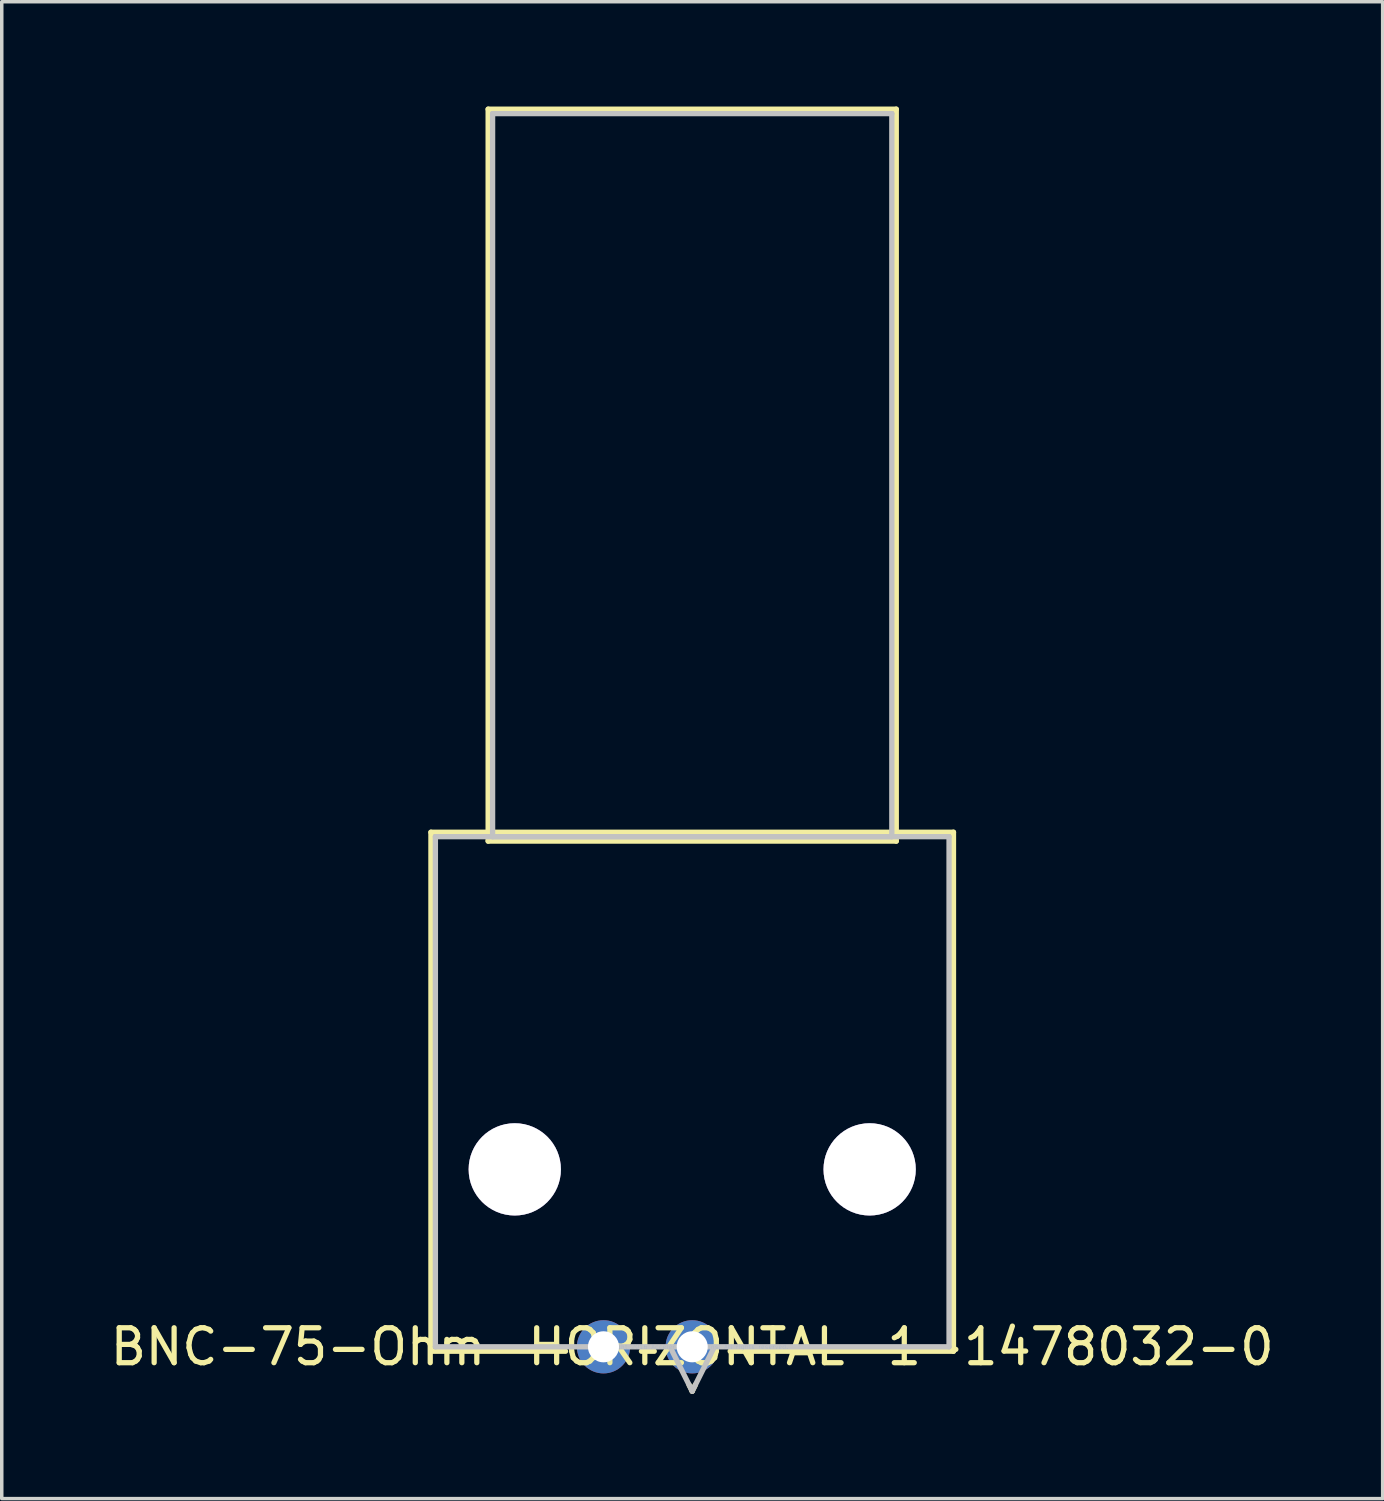
<source format=kicad_pcb>
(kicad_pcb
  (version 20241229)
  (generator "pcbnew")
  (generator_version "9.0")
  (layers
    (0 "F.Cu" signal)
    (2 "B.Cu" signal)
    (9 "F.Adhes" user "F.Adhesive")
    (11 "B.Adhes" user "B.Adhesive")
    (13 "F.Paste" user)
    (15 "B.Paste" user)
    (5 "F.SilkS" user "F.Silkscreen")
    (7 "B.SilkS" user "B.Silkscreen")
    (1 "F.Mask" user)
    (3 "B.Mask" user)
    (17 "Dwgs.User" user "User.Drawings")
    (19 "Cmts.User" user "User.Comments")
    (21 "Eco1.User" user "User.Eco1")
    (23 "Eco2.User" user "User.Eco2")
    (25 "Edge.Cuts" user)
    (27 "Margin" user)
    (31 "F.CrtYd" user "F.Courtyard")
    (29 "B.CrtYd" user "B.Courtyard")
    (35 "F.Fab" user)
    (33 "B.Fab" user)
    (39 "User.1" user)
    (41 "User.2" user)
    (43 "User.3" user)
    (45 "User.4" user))
  (footprint "BNC-75-Ohm-HORIZONTAL-1-1478032-0"
    (layer "F.Cu")
    (at 16.768 35.509)
    (property "Reference" "BNC-75-Ohm-HORIZONTAL-1-1478032-0" (at 0 0 0) (layer "F.SilkS") (effects (font (size 1 1) (thickness 0.15))))
    (attr through_hole)
    (fp_line (start -7.48 -14.732) (end -7.48 0.127) (stroke (width 0.152) (type solid)) (layer "F.SilkS"))
    (fp_line (start -7.48 0.127) (end -3.627 0.127) (stroke (width 0.152) (type solid)) (layer "F.SilkS"))
    (fp_line (start -5.842 -35.433) (end -5.842 -14.478) (stroke (width 0.152) (type solid)) (layer "F.SilkS"))
    (fp_line (start -5.842 -14.478) (end 5.842 -14.478) (stroke (width 0.152) (type solid)) (layer "F.SilkS"))
    (fp_line (start -1.453 0.127) (end -1.087 0.127) (stroke (width 0.152) (type solid)) (layer "F.SilkS"))
    (fp_line (start -0.089 1.091) (end 0 1.27) (stroke (width 0.152) (type solid)) (layer "F.SilkS"))
    (fp_line (start 0.089 1.091) (end 0 1.27) (stroke (width 0.152) (type solid)) (layer "F.SilkS"))
    (fp_line (start 1.087 0.127) (end 7.48 0.127) (stroke (width 0.152) (type solid)) (layer "F.SilkS"))
    (fp_line (start 5.842 -35.433) (end -5.842 -35.433) (stroke (width 0.152) (type solid)) (layer "F.SilkS"))
    (fp_line (start 5.842 -14.478) (end 5.842 -35.433) (stroke (width 0.152) (type solid)) (layer "F.SilkS"))
    (fp_line (start 7.48 -14.732) (end -7.48 -14.732) (stroke (width 0.152) (type solid)) (layer "F.SilkS"))
    (fp_line (start 7.48 0.127) (end 7.48 -14.732) (stroke (width 0.152) (type solid)) (layer "F.SilkS"))
    (fp_line (start -7.353 -14.605) (end -7.353 0) (stroke (width 0.152) (type solid)) (layer "Dwgs.User"))
    (fp_line (start -7.353 0) (end 7.353 0) (stroke (width 0.152) (type solid)) (layer "Dwgs.User"))
    (fp_line (start -5.715 -35.306) (end -5.715 -14.605) (stroke (width 0.152) (type solid)) (layer "Dwgs.User"))
    (fp_line (start -5.715 -14.605) (end 5.715 -14.605) (stroke (width 0.152) (type solid)) (layer "Dwgs.User"))
    (fp_line (start -0.635 0) (end 0 1.27) (stroke (width 0.152) (type solid)) (layer "Dwgs.User"))
    (fp_line (start 0.635 0) (end 0 1.27) (stroke (width 0.152) (type solid)) (layer "Dwgs.User"))
    (fp_line (start 5.715 -35.306) (end -5.715 -35.306) (stroke (width 0.152) (type solid)) (layer "Dwgs.User"))
    (fp_line (start 5.715 -14.605) (end 5.715 -35.306) (stroke (width 0.152) (type solid)) (layer "Dwgs.User"))
    (fp_line (start 7.353 -14.605) (end -7.353 -14.605) (stroke (width 0.152) (type solid)) (layer "Dwgs.User"))
    (fp_line (start 7.353 0) (end 7.353 -14.605) (stroke (width 0.152) (type solid)) (layer "Dwgs.User"))
    (fp_text user "Copyright 2016 Accelerated Designs. All rights reserved." (at 0 0 0) (layer "Cmts.User") (effects (font (size 0.127 0.127) (thickness 0.002))))
    (pad "1" thru_hole circle (at 0 0) (size 1.524 1.524) (drill 0.889) (layers "*.Cu" "*.Mask"))
    (pad "2" thru_hole circle (at -2.54 0) (size 1.524 1.524) (drill 0.889) (layers "*.Cu" "*.Mask"))
    (pad "3" thru_hole circle (at -5.08 -5.08) (size 2.642 2.642) (drill 2.642) (layers "*.Cu" "*.Mask"))
    (pad "4" thru_hole circle (at 5.08 -5.08) (size 2.642 2.642) (drill 2.642) (layers "*.Cu" "*.Mask")))
  (gr_rect
    (start -3 -3)
    (end 36.536 39.855)
    (stroke (width 0.1) (type default))
    (fill no)
    (layer "Edge.Cuts")))
</source>
